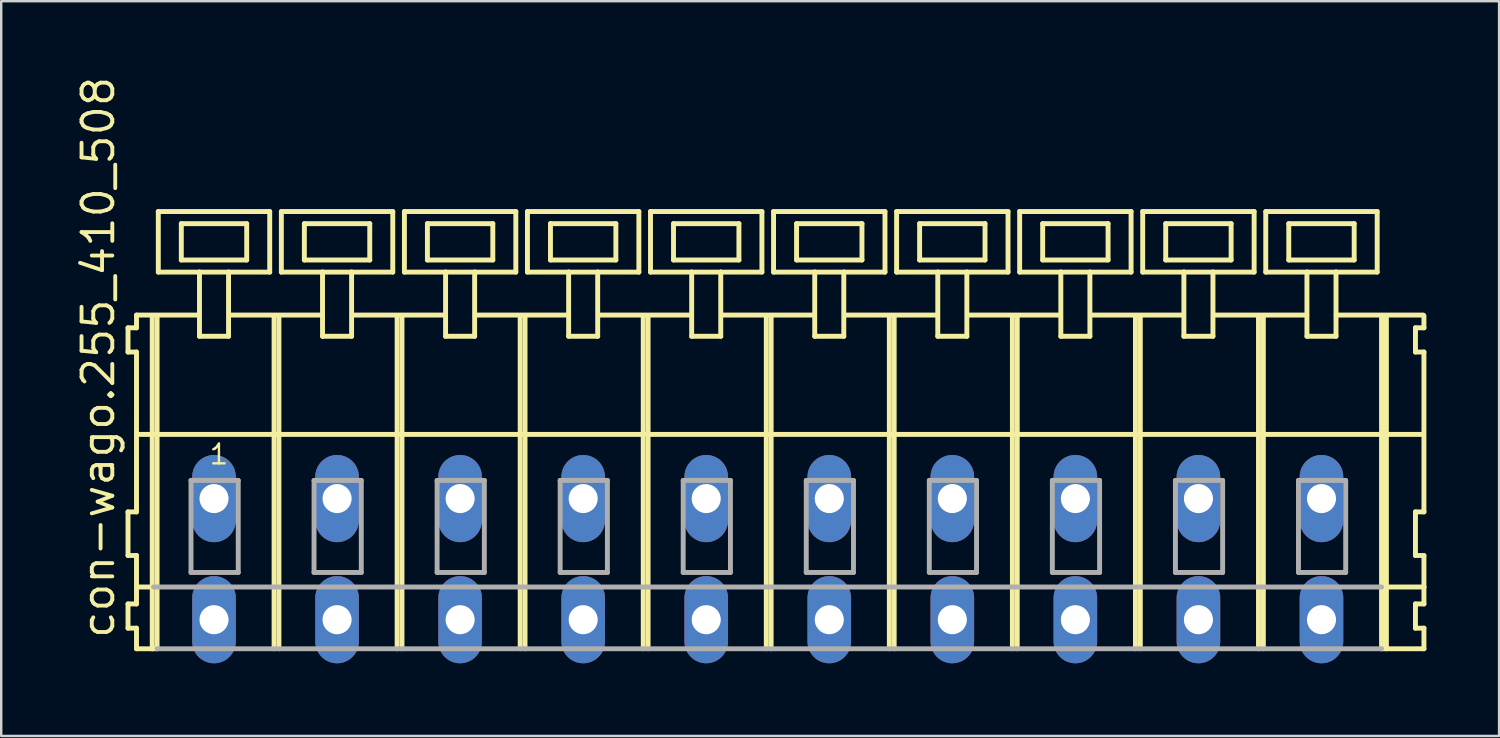
<source format=kicad_pcb>
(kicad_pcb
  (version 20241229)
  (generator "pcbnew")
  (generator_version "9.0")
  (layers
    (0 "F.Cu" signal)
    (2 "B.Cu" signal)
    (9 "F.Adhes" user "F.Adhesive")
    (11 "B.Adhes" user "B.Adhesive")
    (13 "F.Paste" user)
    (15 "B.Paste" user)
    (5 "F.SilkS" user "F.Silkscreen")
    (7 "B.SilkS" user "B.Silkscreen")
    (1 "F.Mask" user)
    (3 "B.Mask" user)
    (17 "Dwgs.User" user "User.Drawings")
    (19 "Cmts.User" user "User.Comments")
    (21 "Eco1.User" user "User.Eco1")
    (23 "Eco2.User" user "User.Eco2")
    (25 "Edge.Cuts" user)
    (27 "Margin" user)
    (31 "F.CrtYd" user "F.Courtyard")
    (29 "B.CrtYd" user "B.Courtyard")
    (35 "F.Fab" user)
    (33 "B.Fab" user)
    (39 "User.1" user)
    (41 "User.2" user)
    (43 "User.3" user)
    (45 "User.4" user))
  (footprint "con-wago.255_410_508"
    (layer "F.Cu")
    (at 28.645 17.533)
    (property "Reference" "con-wago.255_410_508" (at -26.895 5.855 90) (layer "F.SilkS") (effects (font (size 1.27 1.27) (thickness 0.16)) (justify left bottom)))
    (attr through_hole)
    (fp_line (start -26.41 -7.05) (end -26.41 -6.05) (stroke (width 0.203) (type default)) (layer "F.SilkS"))
    (fp_line (start -26.41 -6.05) (end -26.06 -6.05) (stroke (width 0.203) (type default)) (layer "F.SilkS"))
    (fp_line (start -26.41 0.55) (end -26.41 2.35) (stroke (width 0.203) (type default)) (layer "F.SilkS"))
    (fp_line (start -26.41 2.35) (end -26.06 2.35) (stroke (width 0.203) (type default)) (layer "F.SilkS"))
    (fp_line (start -26.41 4.35) (end -26.41 5.35) (stroke (width 0.203) (type default)) (layer "F.SilkS"))
    (fp_line (start -26.41 5.35) (end -26.06 5.35) (stroke (width 0.203) (type default)) (layer "F.SilkS"))
    (fp_line (start -26.06 -7.575) (end -26.06 -7.05) (stroke (width 0.203) (type default)) (layer "F.SilkS"))
    (fp_line (start -26.06 -7.575) (end -23.485 -7.575) (stroke (width 0.203) (type default)) (layer "F.SilkS"))
    (fp_line (start -26.06 -7.05) (end -26.41 -7.05) (stroke (width 0.203) (type default)) (layer "F.SilkS"))
    (fp_line (start -26.06 -6.05) (end -26.06 0.55) (stroke (width 0.203) (type default)) (layer "F.SilkS"))
    (fp_line (start -26.06 0.55) (end -26.41 0.55) (stroke (width 0.203) (type default)) (layer "F.SilkS"))
    (fp_line (start -26.06 2.35) (end -26.06 4.35) (stroke (width 0.203) (type default)) (layer "F.SilkS"))
    (fp_line (start -26.06 3.65) (end -25.36 3.65) (stroke (width 0.203) (type default)) (layer "F.SilkS"))
    (fp_line (start -26.06 4.35) (end -26.41 4.35) (stroke (width 0.203) (type default)) (layer "F.SilkS"))
    (fp_line (start -26.06 5.35) (end -26.06 6.2) (stroke (width 0.203) (type default)) (layer "F.SilkS"))
    (fp_line (start -26.06 6.2) (end -25.41 6.2) (stroke (width 0.203) (type default)) (layer "F.SilkS"))
    (fp_line (start -26.01 -2.65) (end 25.34 -2.65) (stroke (width 0.203) (type default)) (layer "F.SilkS"))
    (fp_line (start -25.41 -7.55) (end -25.41 6.2) (stroke (width 0.203) (type default)) (layer "F.SilkS"))
    (fp_line (start -25.41 6.2) (end -25.21 6.2) (stroke (width 0.203) (type default)) (layer "F.SilkS"))
    (fp_line (start -25.21 -7.55) (end -25.21 6.2) (stroke (width 0.203) (type default)) (layer "F.SilkS"))
    (fp_line (start -25.16 -11.85) (end -25.16 -9.35) (stroke (width 0.203) (type default)) (layer "F.SilkS"))
    (fp_line (start -25.16 -9.35) (end -23.46 -9.35) (stroke (width 0.203) (type default)) (layer "F.SilkS"))
    (fp_line (start -24.21 -11.35) (end -24.21 -9.85) (stroke (width 0.203) (type default)) (layer "F.SilkS"))
    (fp_line (start -24.21 -9.85) (end -21.51 -9.85) (stroke (width 0.203) (type default)) (layer "F.SilkS"))
    (fp_line (start -23.46 -9.35) (end -23.46 -6.7) (stroke (width 0.203) (type default)) (layer "F.SilkS"))
    (fp_line (start -23.46 -9.35) (end -22.26 -9.35) (stroke (width 0.203) (type default)) (layer "F.SilkS"))
    (fp_line (start -23.46 -6.7) (end -22.26 -6.7) (stroke (width 0.203) (type default)) (layer "F.SilkS"))
    (fp_line (start -22.26 -9.35) (end -20.56 -9.35) (stroke (width 0.203) (type default)) (layer "F.SilkS"))
    (fp_line (start -22.26 -6.7) (end -22.26 -9.35) (stroke (width 0.203) (type default)) (layer "F.SilkS"))
    (fp_line (start -22.235 -7.575) (end -18.401 -7.575) (stroke (width 0.203) (type default)) (layer "F.SilkS"))
    (fp_line (start -21.51 -11.35) (end -24.21 -11.35) (stroke (width 0.203) (type default)) (layer "F.SilkS"))
    (fp_line (start -21.51 -9.85) (end -21.51 -11.35) (stroke (width 0.203) (type default)) (layer "F.SilkS"))
    (fp_line (start -20.56 -11.85) (end -25.16 -11.85) (stroke (width 0.203) (type default)) (layer "F.SilkS"))
    (fp_line (start -20.56 -9.35) (end -20.56 -11.85) (stroke (width 0.203) (type default)) (layer "F.SilkS"))
    (fp_line (start -20.38 -7.55) (end -20.38 6.2) (stroke (width 0.203) (type default)) (layer "F.SilkS"))
    (fp_line (start -20.18 -7.55) (end -20.18 6.2) (stroke (width 0.203) (type default)) (layer "F.SilkS"))
    (fp_line (start -20.08 -11.85) (end -20.08 -9.35) (stroke (width 0.203) (type default)) (layer "F.SilkS"))
    (fp_line (start -20.08 -9.35) (end -18.38 -9.35) (stroke (width 0.203) (type default)) (layer "F.SilkS"))
    (fp_line (start -19.13 -11.35) (end -19.13 -9.85) (stroke (width 0.203) (type default)) (layer "F.SilkS"))
    (fp_line (start -19.13 -9.85) (end -16.43 -9.85) (stroke (width 0.203) (type default)) (layer "F.SilkS"))
    (fp_line (start -18.38 -9.35) (end -18.38 -6.7) (stroke (width 0.203) (type default)) (layer "F.SilkS"))
    (fp_line (start -18.38 -9.35) (end -17.18 -9.35) (stroke (width 0.203) (type default)) (layer "F.SilkS"))
    (fp_line (start -18.38 -6.7) (end -17.18 -6.7) (stroke (width 0.203) (type default)) (layer "F.SilkS"))
    (fp_line (start -17.18 -9.35) (end -15.48 -9.35) (stroke (width 0.203) (type default)) (layer "F.SilkS"))
    (fp_line (start -17.18 -6.7) (end -17.18 -9.35) (stroke (width 0.203) (type default)) (layer "F.SilkS"))
    (fp_line (start -17.155 -7.575) (end -13.31 -7.575) (stroke (width 0.203) (type default)) (layer "F.SilkS"))
    (fp_line (start -16.43 -11.35) (end -19.13 -11.35) (stroke (width 0.203) (type default)) (layer "F.SilkS"))
    (fp_line (start -16.43 -9.85) (end -16.43 -11.35) (stroke (width 0.203) (type default)) (layer "F.SilkS"))
    (fp_line (start -15.48 -11.85) (end -20.08 -11.85) (stroke (width 0.203) (type default)) (layer "F.SilkS"))
    (fp_line (start -15.48 -9.35) (end -15.48 -11.85) (stroke (width 0.203) (type default)) (layer "F.SilkS"))
    (fp_line (start -15.3 -7.55) (end -15.3 6.2) (stroke (width 0.203) (type default)) (layer "F.SilkS"))
    (fp_line (start -15.1 -7.55) (end -15.1 6.2) (stroke (width 0.203) (type default)) (layer "F.SilkS"))
    (fp_line (start -15 -11.85) (end -15 -9.35) (stroke (width 0.203) (type default)) (layer "F.SilkS"))
    (fp_line (start -15 -9.35) (end -13.3 -9.35) (stroke (width 0.203) (type default)) (layer "F.SilkS"))
    (fp_line (start -14.05 -11.35) (end -14.05 -9.85) (stroke (width 0.203) (type default)) (layer "F.SilkS"))
    (fp_line (start -14.05 -9.85) (end -11.35 -9.85) (stroke (width 0.203) (type default)) (layer "F.SilkS"))
    (fp_line (start -13.3 -9.35) (end -13.3 -6.7) (stroke (width 0.203) (type default)) (layer "F.SilkS"))
    (fp_line (start -13.3 -9.35) (end -12.1 -9.35) (stroke (width 0.203) (type default)) (layer "F.SilkS"))
    (fp_line (start -13.3 -6.7) (end -12.1 -6.7) (stroke (width 0.203) (type default)) (layer "F.SilkS"))
    (fp_line (start -12.1 -9.35) (end -10.4 -9.35) (stroke (width 0.203) (type default)) (layer "F.SilkS"))
    (fp_line (start -12.1 -6.7) (end -12.1 -9.35) (stroke (width 0.203) (type default)) (layer "F.SilkS"))
    (fp_line (start -12.075 -7.575) (end -8.23 -7.575) (stroke (width 0.203) (type default)) (layer "F.SilkS"))
    (fp_line (start -11.35 -11.35) (end -14.05 -11.35) (stroke (width 0.203) (type default)) (layer "F.SilkS"))
    (fp_line (start -11.35 -9.85) (end -11.35 -11.35) (stroke (width 0.203) (type default)) (layer "F.SilkS"))
    (fp_line (start -10.4 -11.85) (end -15 -11.85) (stroke (width 0.203) (type default)) (layer "F.SilkS"))
    (fp_line (start -10.4 -9.35) (end -10.4 -11.85) (stroke (width 0.203) (type default)) (layer "F.SilkS"))
    (fp_line (start -10.22 -7.55) (end -10.22 6.2) (stroke (width 0.203) (type default)) (layer "F.SilkS"))
    (fp_line (start -10.02 -7.55) (end -10.02 6.2) (stroke (width 0.203) (type default)) (layer "F.SilkS"))
    (fp_line (start -9.92 -11.85) (end -9.92 -9.35) (stroke (width 0.203) (type default)) (layer "F.SilkS"))
    (fp_line (start -9.92 -9.35) (end -8.22 -9.35) (stroke (width 0.203) (type default)) (layer "F.SilkS"))
    (fp_line (start -8.97 -11.35) (end -8.97 -9.85) (stroke (width 0.203) (type default)) (layer "F.SilkS"))
    (fp_line (start -8.97 -9.85) (end -6.27 -9.85) (stroke (width 0.203) (type default)) (layer "F.SilkS"))
    (fp_line (start -8.22 -9.35) (end -8.22 -6.7) (stroke (width 0.203) (type default)) (layer "F.SilkS"))
    (fp_line (start -8.22 -9.35) (end -7.02 -9.35) (stroke (width 0.203) (type default)) (layer "F.SilkS"))
    (fp_line (start -8.22 -6.7) (end -7.02 -6.7) (stroke (width 0.203) (type default)) (layer "F.SilkS"))
    (fp_line (start -7.02 -9.35) (end -5.32 -9.35) (stroke (width 0.203) (type default)) (layer "F.SilkS"))
    (fp_line (start -7.02 -6.7) (end -7.02 -9.35) (stroke (width 0.203) (type default)) (layer "F.SilkS"))
    (fp_line (start -6.995 -7.575) (end -3.15 -7.575) (stroke (width 0.203) (type default)) (layer "F.SilkS"))
    (fp_line (start -6.27 -11.35) (end -8.97 -11.35) (stroke (width 0.203) (type default)) (layer "F.SilkS"))
    (fp_line (start -6.27 -9.85) (end -6.27 -11.35) (stroke (width 0.203) (type default)) (layer "F.SilkS"))
    (fp_line (start -5.32 -11.85) (end -9.92 -11.85) (stroke (width 0.203) (type default)) (layer "F.SilkS"))
    (fp_line (start -5.32 -9.35) (end -5.32 -11.85) (stroke (width 0.203) (type default)) (layer "F.SilkS"))
    (fp_line (start -5.14 -7.55) (end -5.14 6.2) (stroke (width 0.203) (type default)) (layer "F.SilkS"))
    (fp_line (start -4.94 -7.55) (end -4.94 6.2) (stroke (width 0.203) (type default)) (layer "F.SilkS"))
    (fp_line (start -4.84 -11.85) (end -4.84 -9.35) (stroke (width 0.203) (type default)) (layer "F.SilkS"))
    (fp_line (start -4.84 -9.35) (end -3.14 -9.35) (stroke (width 0.203) (type default)) (layer "F.SilkS"))
    (fp_line (start -3.89 -11.35) (end -3.89 -9.85) (stroke (width 0.203) (type default)) (layer "F.SilkS"))
    (fp_line (start -3.89 -9.85) (end -1.19 -9.85) (stroke (width 0.203) (type default)) (layer "F.SilkS"))
    (fp_line (start -3.14 -9.35) (end -3.14 -6.7) (stroke (width 0.203) (type default)) (layer "F.SilkS"))
    (fp_line (start -3.14 -9.35) (end -1.94 -9.35) (stroke (width 0.203) (type default)) (layer "F.SilkS"))
    (fp_line (start -3.14 -6.7) (end -1.94 -6.7) (stroke (width 0.203) (type default)) (layer "F.SilkS"))
    (fp_line (start -1.94 -9.35) (end -0.24 -9.35) (stroke (width 0.203) (type default)) (layer "F.SilkS"))
    (fp_line (start -1.94 -6.7) (end -1.94 -9.35) (stroke (width 0.203) (type default)) (layer "F.SilkS"))
    (fp_line (start -1.915 -7.575) (end 1.93 -7.575) (stroke (width 0.203) (type default)) (layer "F.SilkS"))
    (fp_line (start -1.19 -11.35) (end -3.89 -11.35) (stroke (width 0.203) (type default)) (layer "F.SilkS"))
    (fp_line (start -1.19 -9.85) (end -1.19 -11.35) (stroke (width 0.203) (type default)) (layer "F.SilkS"))
    (fp_line (start -0.24 -11.85) (end -4.84 -11.85) (stroke (width 0.203) (type default)) (layer "F.SilkS"))
    (fp_line (start -0.24 -9.35) (end -0.24 -11.85) (stroke (width 0.203) (type default)) (layer "F.SilkS"))
    (fp_line (start -0.06 -7.55) (end -0.06 6.2) (stroke (width 0.203) (type default)) (layer "F.SilkS"))
    (fp_line (start 0.14 -7.55) (end 0.14 6.2) (stroke (width 0.203) (type default)) (layer "F.SilkS"))
    (fp_line (start 0.24 -11.85) (end 0.24 -9.35) (stroke (width 0.203) (type default)) (layer "F.SilkS"))
    (fp_line (start 0.24 -9.35) (end 1.94 -9.35) (stroke (width 0.203) (type default)) (layer "F.SilkS"))
    (fp_line (start 1.19 -11.35) (end 1.19 -9.85) (stroke (width 0.203) (type default)) (layer "F.SilkS"))
    (fp_line (start 1.19 -9.85) (end 3.89 -9.85) (stroke (width 0.203) (type default)) (layer "F.SilkS"))
    (fp_line (start 1.94 -9.35) (end 1.94 -6.7) (stroke (width 0.203) (type default)) (layer "F.SilkS"))
    (fp_line (start 1.94 -9.35) (end 3.14 -9.35) (stroke (width 0.203) (type default)) (layer "F.SilkS"))
    (fp_line (start 1.94 -6.7) (end 3.14 -6.7) (stroke (width 0.203) (type default)) (layer "F.SilkS"))
    (fp_line (start 3.14 -9.35) (end 4.84 -9.35) (stroke (width 0.203) (type default)) (layer "F.SilkS"))
    (fp_line (start 3.14 -6.7) (end 3.14 -9.35) (stroke (width 0.203) (type default)) (layer "F.SilkS"))
    (fp_line (start 3.165 -7.575) (end 7.01 -7.575) (stroke (width 0.203) (type default)) (layer "F.SilkS"))
    (fp_line (start 3.89 -11.35) (end 1.19 -11.35) (stroke (width 0.203) (type default)) (layer "F.SilkS"))
    (fp_line (start 3.89 -9.85) (end 3.89 -11.35) (stroke (width 0.203) (type default)) (layer "F.SilkS"))
    (fp_line (start 4.84 -11.85) (end 0.24 -11.85) (stroke (width 0.203) (type default)) (layer "F.SilkS"))
    (fp_line (start 4.84 -9.35) (end 4.84 -11.85) (stroke (width 0.203) (type default)) (layer "F.SilkS"))
    (fp_line (start 5.02 -7.55) (end 5.02 6.2) (stroke (width 0.203) (type default)) (layer "F.SilkS"))
    (fp_line (start 5.22 -7.55) (end 5.22 6.2) (stroke (width 0.203) (type default)) (layer "F.SilkS"))
    (fp_line (start 5.32 -11.85) (end 5.32 -9.35) (stroke (width 0.203) (type default)) (layer "F.SilkS"))
    (fp_line (start 5.32 -9.35) (end 7.02 -9.35) (stroke (width 0.203) (type default)) (layer "F.SilkS"))
    (fp_line (start 6.27 -11.35) (end 6.27 -9.85) (stroke (width 0.203) (type default)) (layer "F.SilkS"))
    (fp_line (start 6.27 -9.85) (end 8.97 -9.85) (stroke (width 0.203) (type default)) (layer "F.SilkS"))
    (fp_line (start 7.02 -9.35) (end 7.02 -6.7) (stroke (width 0.203) (type default)) (layer "F.SilkS"))
    (fp_line (start 7.02 -9.35) (end 8.22 -9.35) (stroke (width 0.203) (type default)) (layer "F.SilkS"))
    (fp_line (start 7.02 -6.7) (end 8.22 -6.7) (stroke (width 0.203) (type default)) (layer "F.SilkS"))
    (fp_line (start 8.22 -9.35) (end 9.92 -9.35) (stroke (width 0.203) (type default)) (layer "F.SilkS"))
    (fp_line (start 8.22 -6.7) (end 8.22 -9.35) (stroke (width 0.203) (type default)) (layer "F.SilkS"))
    (fp_line (start 8.245 -7.575) (end 12.09 -7.575) (stroke (width 0.203) (type default)) (layer "F.SilkS"))
    (fp_line (start 8.97 -11.35) (end 6.27 -11.35) (stroke (width 0.203) (type default)) (layer "F.SilkS"))
    (fp_line (start 8.97 -9.85) (end 8.97 -11.35) (stroke (width 0.203) (type default)) (layer "F.SilkS"))
    (fp_line (start 9.92 -11.85) (end 5.32 -11.85) (stroke (width 0.203) (type default)) (layer "F.SilkS"))
    (fp_line (start 9.92 -9.35) (end 9.92 -11.85) (stroke (width 0.203) (type default)) (layer "F.SilkS"))
    (fp_line (start 10.1 -7.55) (end 10.1 6.2) (stroke (width 0.203) (type default)) (layer "F.SilkS"))
    (fp_line (start 10.3 -7.55) (end 10.3 6.2) (stroke (width 0.203) (type default)) (layer "F.SilkS"))
    (fp_line (start 10.4 -11.85) (end 10.4 -9.35) (stroke (width 0.203) (type default)) (layer "F.SilkS"))
    (fp_line (start 10.4 -9.35) (end 12.1 -9.35) (stroke (width 0.203) (type default)) (layer "F.SilkS"))
    (fp_line (start 11.35 -11.35) (end 11.35 -9.85) (stroke (width 0.203) (type default)) (layer "F.SilkS"))
    (fp_line (start 11.35 -9.85) (end 14.05 -9.85) (stroke (width 0.203) (type default)) (layer "F.SilkS"))
    (fp_line (start 12.1 -9.35) (end 12.1 -6.7) (stroke (width 0.203) (type default)) (layer "F.SilkS"))
    (fp_line (start 12.1 -9.35) (end 13.3 -9.35) (stroke (width 0.203) (type default)) (layer "F.SilkS"))
    (fp_line (start 12.1 -6.7) (end 13.3 -6.7) (stroke (width 0.203) (type default)) (layer "F.SilkS"))
    (fp_line (start 13.3 -9.35) (end 15 -9.35) (stroke (width 0.203) (type default)) (layer "F.SilkS"))
    (fp_line (start 13.3 -6.7) (end 13.3 -9.35) (stroke (width 0.203) (type default)) (layer "F.SilkS"))
    (fp_line (start 13.325 -7.575) (end 17.17 -7.575) (stroke (width 0.203) (type default)) (layer "F.SilkS"))
    (fp_line (start 14.05 -11.35) (end 11.35 -11.35) (stroke (width 0.203) (type default)) (layer "F.SilkS"))
    (fp_line (start 14.05 -9.85) (end 14.05 -11.35) (stroke (width 0.203) (type default)) (layer "F.SilkS"))
    (fp_line (start 15 -11.85) (end 10.4 -11.85) (stroke (width 0.203) (type default)) (layer "F.SilkS"))
    (fp_line (start 15 -9.35) (end 15 -11.85) (stroke (width 0.203) (type default)) (layer "F.SilkS"))
    (fp_line (start 15.18 -7.55) (end 15.18 6.2) (stroke (width 0.203) (type default)) (layer "F.SilkS"))
    (fp_line (start 15.38 -7.55) (end 15.38 6.2) (stroke (width 0.203) (type default)) (layer "F.SilkS"))
    (fp_line (start 15.48 -11.85) (end 15.48 -9.35) (stroke (width 0.203) (type default)) (layer "F.SilkS"))
    (fp_line (start 15.48 -9.35) (end 17.18 -9.35) (stroke (width 0.203) (type default)) (layer "F.SilkS"))
    (fp_line (start 16.43 -11.35) (end 16.43 -9.85) (stroke (width 0.203) (type default)) (layer "F.SilkS"))
    (fp_line (start 16.43 -9.85) (end 19.13 -9.85) (stroke (width 0.203) (type default)) (layer "F.SilkS"))
    (fp_line (start 17.18 -9.35) (end 17.18 -6.7) (stroke (width 0.203) (type default)) (layer "F.SilkS"))
    (fp_line (start 17.18 -9.35) (end 18.38 -9.35) (stroke (width 0.203) (type default)) (layer "F.SilkS"))
    (fp_line (start 17.18 -6.7) (end 18.38 -6.7) (stroke (width 0.203) (type default)) (layer "F.SilkS"))
    (fp_line (start 18.38 -9.35) (end 20.08 -9.35) (stroke (width 0.203) (type default)) (layer "F.SilkS"))
    (fp_line (start 18.38 -6.7) (end 18.38 -9.35) (stroke (width 0.203) (type default)) (layer "F.SilkS"))
    (fp_line (start 18.405 -7.575) (end 22.25 -7.575) (stroke (width 0.203) (type default)) (layer "F.SilkS"))
    (fp_line (start 19.13 -11.35) (end 16.43 -11.35) (stroke (width 0.203) (type default)) (layer "F.SilkS"))
    (fp_line (start 19.13 -9.85) (end 19.13 -11.35) (stroke (width 0.203) (type default)) (layer "F.SilkS"))
    (fp_line (start 20.08 -11.85) (end 15.48 -11.85) (stroke (width 0.203) (type default)) (layer "F.SilkS"))
    (fp_line (start 20.08 -9.35) (end 20.08 -11.85) (stroke (width 0.203) (type default)) (layer "F.SilkS"))
    (fp_line (start 20.26 -7.55) (end 20.26 6.2) (stroke (width 0.203) (type default)) (layer "F.SilkS"))
    (fp_line (start 20.46 -7.55) (end 20.46 6.2) (stroke (width 0.203) (type default)) (layer "F.SilkS"))
    (fp_line (start 20.56 -11.85) (end 20.56 -9.35) (stroke (width 0.203) (type default)) (layer "F.SilkS"))
    (fp_line (start 20.56 -9.35) (end 22.26 -9.35) (stroke (width 0.203) (type default)) (layer "F.SilkS"))
    (fp_line (start 21.51 -11.35) (end 21.51 -9.85) (stroke (width 0.203) (type default)) (layer "F.SilkS"))
    (fp_line (start 21.51 -9.85) (end 24.21 -9.85) (stroke (width 0.203) (type default)) (layer "F.SilkS"))
    (fp_line (start 22.26 -9.35) (end 22.26 -6.7) (stroke (width 0.203) (type default)) (layer "F.SilkS"))
    (fp_line (start 22.26 -9.35) (end 23.46 -9.35) (stroke (width 0.203) (type default)) (layer "F.SilkS"))
    (fp_line (start 22.26 -6.7) (end 23.46 -6.7) (stroke (width 0.203) (type default)) (layer "F.SilkS"))
    (fp_line (start 23.46 -9.35) (end 25.16 -9.35) (stroke (width 0.203) (type default)) (layer "F.SilkS"))
    (fp_line (start 23.46 -6.7) (end 23.46 -9.35) (stroke (width 0.203) (type default)) (layer "F.SilkS"))
    (fp_line (start 23.47 -7.575) (end 27.065 -7.575) (stroke (width 0.203) (type default)) (layer "F.SilkS"))
    (fp_line (start 24.21 -11.35) (end 21.51 -11.35) (stroke (width 0.203) (type default)) (layer "F.SilkS"))
    (fp_line (start 24.21 -9.85) (end 24.21 -11.35) (stroke (width 0.203) (type default)) (layer "F.SilkS"))
    (fp_line (start 25.16 -11.85) (end 20.56 -11.85) (stroke (width 0.203) (type default)) (layer "F.SilkS"))
    (fp_line (start 25.16 -9.35) (end 25.16 -11.85) (stroke (width 0.203) (type default)) (layer "F.SilkS"))
    (fp_line (start 25.34 -7.55) (end 25.34 -2.65) (stroke (width 0.203) (type default)) (layer "F.SilkS"))
    (fp_line (start 25.34 -2.65) (end 25.34 6.2) (stroke (width 0.203) (type default)) (layer "F.SilkS"))
    (fp_line (start 25.34 -2.65) (end 27.04 -2.65) (stroke (width 0.203) (type default)) (layer "F.SilkS"))
    (fp_line (start 25.34 6.2) (end 27.09 6.2) (stroke (width 0.203) (type default)) (layer "F.SilkS"))
    (fp_line (start 25.39 3.65) (end 27.09 3.65) (stroke (width 0.203) (type default)) (layer "F.SilkS"))
    (fp_line (start 25.54 -7.55) (end 25.54 6.2) (stroke (width 0.203) (type default)) (layer "F.SilkS"))
    (fp_line (start 26.74 -7.05) (end 26.74 -6.05) (stroke (width 0.203) (type default)) (layer "F.SilkS"))
    (fp_line (start 26.74 -6.05) (end 27.09 -6.05) (stroke (width 0.203) (type default)) (layer "F.SilkS"))
    (fp_line (start 26.74 0.55) (end 26.74 2.35) (stroke (width 0.203) (type default)) (layer "F.SilkS"))
    (fp_line (start 26.74 2.35) (end 27.09 2.35) (stroke (width 0.203) (type default)) (layer "F.SilkS"))
    (fp_line (start 26.74 4.35) (end 26.74 5.35) (stroke (width 0.203) (type default)) (layer "F.SilkS"))
    (fp_line (start 26.74 5.35) (end 27.09 5.35) (stroke (width 0.203) (type default)) (layer "F.SilkS"))
    (fp_line (start 27.09 -7.05) (end 26.74 -7.05) (stroke (width 0.203) (type default)) (layer "F.SilkS"))
    (fp_line (start 27.09 -7.05) (end 27.09 -7.55) (stroke (width 0.203) (type default)) (layer "F.SilkS"))
    (fp_line (start 27.09 0.55) (end 26.74 0.55) (stroke (width 0.203) (type default)) (layer "F.SilkS"))
    (fp_line (start 27.09 0.55) (end 27.09 -6.05) (stroke (width 0.203) (type default)) (layer "F.SilkS"))
    (fp_line (start 27.09 3.65) (end 27.09 2.35) (stroke (width 0.203) (type default)) (layer "F.SilkS"))
    (fp_line (start 27.09 4.35) (end 26.74 4.35) (stroke (width 0.203) (type default)) (layer "F.SilkS"))
    (fp_line (start 27.09 4.35) (end 27.09 3.65) (stroke (width 0.203) (type default)) (layer "F.SilkS"))
    (fp_line (start 27.09 6.2) (end 27.09 5.35) (stroke (width 0.203) (type default)) (layer "F.SilkS"))
    (fp_line (start -25.36 3.65) (end 25.34 3.65) (stroke (width 0.203) (type default)) (layer "F.Fab"))
    (fp_line (start -25.21 6.2) (end 25.34 6.2) (stroke (width 0.203) (type default)) (layer "F.Fab"))
    (fp_line (start -23.81 -0.75) (end -23.81 3.05) (stroke (width 0.203) (type default)) (layer "F.Fab"))
    (fp_line (start -23.81 3.05) (end -21.86 3.05) (stroke (width 0.203) (type default)) (layer "F.Fab"))
    (fp_line (start -21.86 -0.75) (end -23.81 -0.75) (stroke (width 0.203) (type default)) (layer "F.Fab"))
    (fp_line (start -21.86 3.05) (end -21.86 -0.75) (stroke (width 0.203) (type default)) (layer "F.Fab"))
    (fp_line (start -18.73 -0.75) (end -18.73 3.05) (stroke (width 0.203) (type default)) (layer "F.Fab"))
    (fp_line (start -18.73 3.05) (end -16.78 3.05) (stroke (width 0.203) (type default)) (layer "F.Fab"))
    (fp_line (start -16.78 -0.75) (end -18.73 -0.75) (stroke (width 0.203) (type default)) (layer "F.Fab"))
    (fp_line (start -16.78 3.05) (end -16.78 -0.75) (stroke (width 0.203) (type default)) (layer "F.Fab"))
    (fp_line (start -13.65 -0.75) (end -13.65 3.05) (stroke (width 0.203) (type default)) (layer "F.Fab"))
    (fp_line (start -13.65 3.05) (end -11.7 3.05) (stroke (width 0.203) (type default)) (layer "F.Fab"))
    (fp_line (start -11.7 -0.75) (end -13.65 -0.75) (stroke (width 0.203) (type default)) (layer "F.Fab"))
    (fp_line (start -11.7 3.05) (end -11.7 -0.75) (stroke (width 0.203) (type default)) (layer "F.Fab"))
    (fp_line (start -8.57 -0.75) (end -8.57 3.05) (stroke (width 0.203) (type default)) (layer "F.Fab"))
    (fp_line (start -8.57 3.05) (end -6.62 3.05) (stroke (width 0.203) (type default)) (layer "F.Fab"))
    (fp_line (start -6.62 -0.75) (end -8.57 -0.75) (stroke (width 0.203) (type default)) (layer "F.Fab"))
    (fp_line (start -6.62 3.05) (end -6.62 -0.75) (stroke (width 0.203) (type default)) (layer "F.Fab"))
    (fp_line (start -3.49 -0.75) (end -3.49 3.05) (stroke (width 0.203) (type default)) (layer "F.Fab"))
    (fp_line (start -3.49 3.05) (end -1.54 3.05) (stroke (width 0.203) (type default)) (layer "F.Fab"))
    (fp_line (start -1.54 -0.75) (end -3.49 -0.75) (stroke (width 0.203) (type default)) (layer "F.Fab"))
    (fp_line (start -1.54 3.05) (end -1.54 -0.75) (stroke (width 0.203) (type default)) (layer "F.Fab"))
    (fp_line (start 1.59 -0.75) (end 1.59 3.05) (stroke (width 0.203) (type default)) (layer "F.Fab"))
    (fp_line (start 1.59 3.05) (end 3.54 3.05) (stroke (width 0.203) (type default)) (layer "F.Fab"))
    (fp_line (start 3.54 -0.75) (end 1.59 -0.75) (stroke (width 0.203) (type default)) (layer "F.Fab"))
    (fp_line (start 3.54 3.05) (end 3.54 -0.75) (stroke (width 0.203) (type default)) (layer "F.Fab"))
    (fp_line (start 6.67 -0.75) (end 6.67 3.05) (stroke (width 0.203) (type default)) (layer "F.Fab"))
    (fp_line (start 6.67 3.05) (end 8.62 3.05) (stroke (width 0.203) (type default)) (layer "F.Fab"))
    (fp_line (start 8.62 -0.75) (end 6.67 -0.75) (stroke (width 0.203) (type default)) (layer "F.Fab"))
    (fp_line (start 8.62 3.05) (end 8.62 -0.75) (stroke (width 0.203) (type default)) (layer "F.Fab"))
    (fp_line (start 11.75 -0.75) (end 11.75 3.05) (stroke (width 0.203) (type default)) (layer "F.Fab"))
    (fp_line (start 11.75 3.05) (end 13.7 3.05) (stroke (width 0.203) (type default)) (layer "F.Fab"))
    (fp_line (start 13.7 -0.75) (end 11.75 -0.75) (stroke (width 0.203) (type default)) (layer "F.Fab"))
    (fp_line (start 13.7 3.05) (end 13.7 -0.75) (stroke (width 0.203) (type default)) (layer "F.Fab"))
    (fp_line (start 16.83 -0.75) (end 16.83 3.05) (stroke (width 0.203) (type default)) (layer "F.Fab"))
    (fp_line (start 16.83 3.05) (end 18.78 3.05) (stroke (width 0.203) (type default)) (layer "F.Fab"))
    (fp_line (start 18.78 -0.75) (end 16.83 -0.75) (stroke (width 0.203) (type default)) (layer "F.Fab"))
    (fp_line (start 18.78 3.05) (end 18.78 -0.75) (stroke (width 0.203) (type default)) (layer "F.Fab"))
    (fp_line (start 21.91 -0.75) (end 21.91 3.05) (stroke (width 0.203) (type default)) (layer "F.Fab"))
    (fp_line (start 21.91 3.05) (end 23.86 3.05) (stroke (width 0.203) (type default)) (layer "F.Fab"))
    (fp_line (start 23.86 -0.75) (end 21.91 -0.75) (stroke (width 0.203) (type default)) (layer "F.Fab"))
    (fp_line (start 23.86 3.05) (end 23.86 -0.75) (stroke (width 0.203) (type default)) (layer "F.Fab"))
    (fp_text user "1" (at -23.11 -1.35 0) (layer "F.SilkS") (effects (font (size 0.813 0.813) (thickness 0.1)) (justify left bottom)))
    (pad "A1" thru_hole oval (at -22.86 0 90) (size 3.6 1.8) (drill 1.2) (layers "*.Cu" "*.Mask"))
    (pad "A2" thru_hole oval (at -17.78 0 90) (size 3.6 1.8) (drill 1.2) (layers "*.Cu" "*.Mask"))
    (pad "A3" thru_hole oval (at -12.7 0 90) (size 3.6 1.8) (drill 1.2) (layers "*.Cu" "*.Mask"))
    (pad "A4" thru_hole oval (at -7.62 0 90) (size 3.6 1.8) (drill 1.2) (layers "*.Cu" "*.Mask"))
    (pad "A5" thru_hole oval (at -2.54 0 90) (size 3.6 1.8) (drill 1.2) (layers "*.Cu" "*.Mask"))
    (pad "A6" thru_hole oval (at 2.54 0 90) (size 3.6 1.8) (drill 1.2) (layers "*.Cu" "*.Mask"))
    (pad "A7" thru_hole oval (at 7.62 0 90) (size 3.6 1.8) (drill 1.2) (layers "*.Cu" "*.Mask"))
    (pad "A8" thru_hole oval (at 12.7 0 90) (size 3.6 1.8) (drill 1.2) (layers "*.Cu" "*.Mask"))
    (pad "A9" thru_hole oval (at 17.78 0 90) (size 3.6 1.8) (drill 1.2) (layers "*.Cu" "*.Mask"))
    (pad "A10" thru_hole oval (at 22.86 0 90) (size 3.6 1.8) (drill 1.2) (layers "*.Cu" "*.Mask"))
    (pad "B1" thru_hole oval (at -22.86 5 90) (size 3.6 1.8) (drill 1.2) (layers "*.Cu" "*.Mask"))
    (pad "B2" thru_hole oval (at -17.78 5 90) (size 3.6 1.8) (drill 1.2) (layers "*.Cu" "*.Mask"))
    (pad "B3" thru_hole oval (at -12.7 5 90) (size 3.6 1.8) (drill 1.2) (layers "*.Cu" "*.Mask"))
    (pad "B4" thru_hole oval (at -7.62 5 90) (size 3.6 1.8) (drill 1.2) (layers "*.Cu" "*.Mask"))
    (pad "B5" thru_hole oval (at -2.54 5 90) (size 3.6 1.8) (drill 1.2) (layers "*.Cu" "*.Mask"))
    (pad "B6" thru_hole oval (at 2.54 5 90) (size 3.6 1.8) (drill 1.2) (layers "*.Cu" "*.Mask"))
    (pad "B7" thru_hole oval (at 7.62 5 90) (size 3.6 1.8) (drill 1.2) (layers "*.Cu" "*.Mask"))
    (pad "B8" thru_hole oval (at 12.7 5 90) (size 3.6 1.8) (drill 1.2) (layers "*.Cu" "*.Mask"))
    (pad "B9" thru_hole oval (at 17.78 5 90) (size 3.6 1.8) (drill 1.2) (layers "*.Cu" "*.Mask"))
    (pad "B10" thru_hole oval (at 22.86 5 90) (size 3.6 1.8) (drill 1.2) (layers "*.Cu" "*.Mask")))
  (gr_rect
    (start -3 -3)
    (end 58.837 27.333)
    (stroke (width 0.1) (type default))
    (fill no)
    (layer "Edge.Cuts")))
</source>
